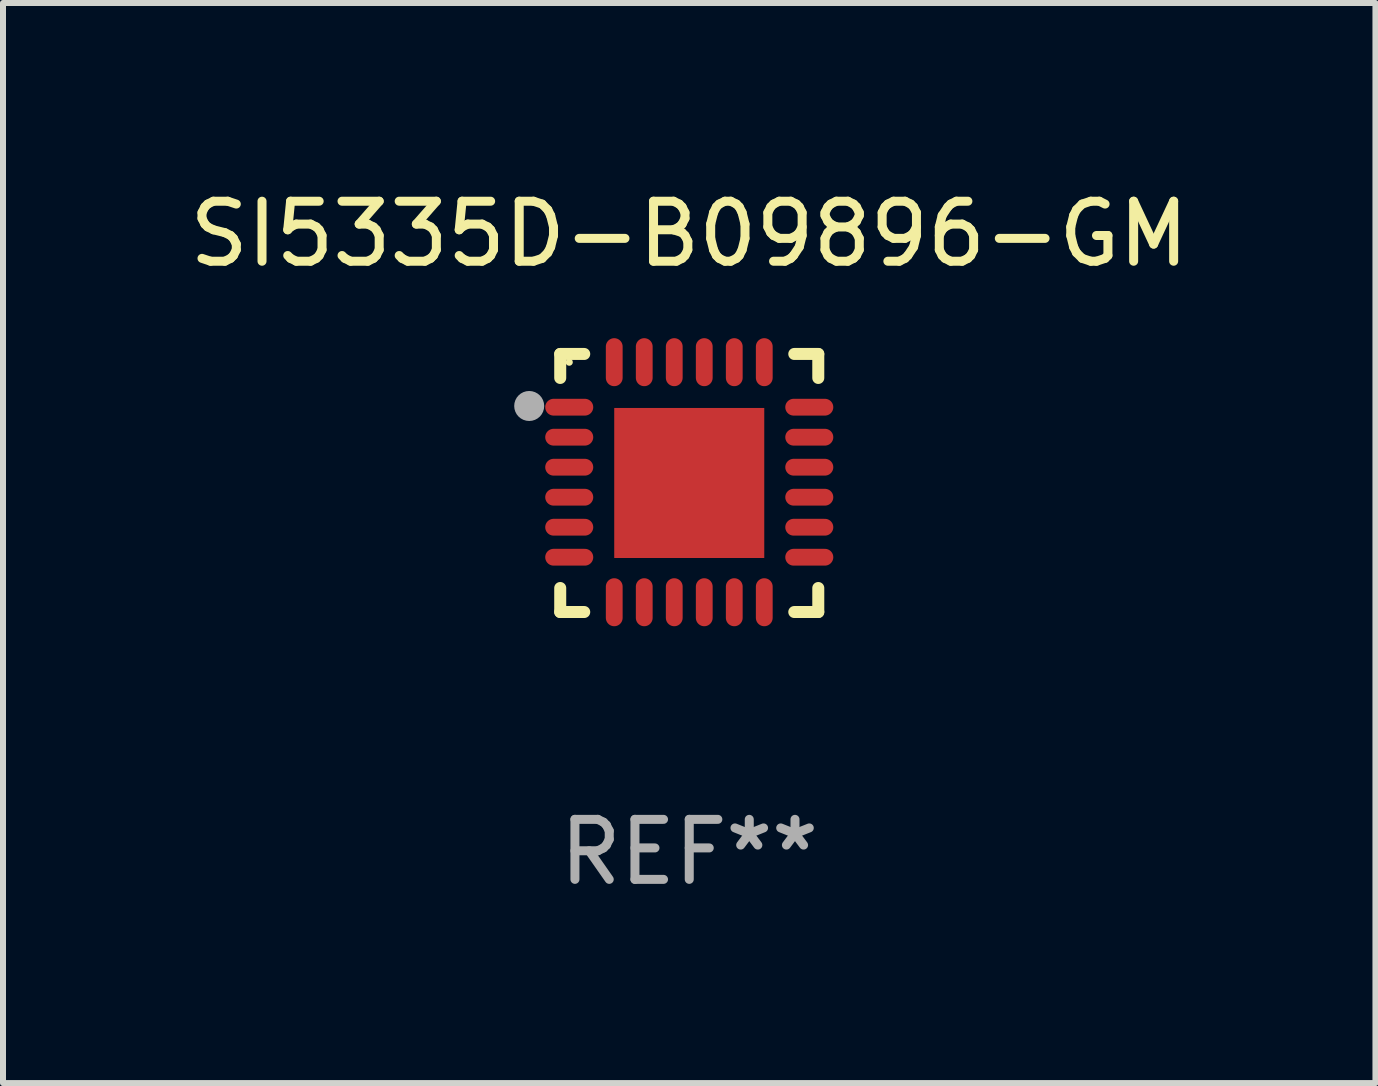
<source format=kicad_pcb>
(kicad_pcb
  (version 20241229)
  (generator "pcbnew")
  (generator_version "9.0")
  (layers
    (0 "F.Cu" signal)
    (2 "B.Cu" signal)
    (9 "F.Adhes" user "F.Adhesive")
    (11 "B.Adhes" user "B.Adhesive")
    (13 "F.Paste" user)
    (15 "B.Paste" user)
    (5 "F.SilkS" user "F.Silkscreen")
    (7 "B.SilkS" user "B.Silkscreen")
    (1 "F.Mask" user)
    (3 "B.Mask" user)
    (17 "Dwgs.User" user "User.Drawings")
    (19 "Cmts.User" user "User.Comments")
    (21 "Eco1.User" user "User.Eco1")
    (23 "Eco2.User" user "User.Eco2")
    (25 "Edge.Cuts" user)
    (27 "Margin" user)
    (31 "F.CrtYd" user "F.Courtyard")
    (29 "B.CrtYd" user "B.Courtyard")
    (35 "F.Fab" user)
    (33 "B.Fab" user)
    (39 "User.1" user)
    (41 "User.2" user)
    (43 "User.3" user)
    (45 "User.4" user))
  (footprint "SI5335D-B09896-GM"
    (layer "F.Cu")
    (at 8.435 4.998)
    (property "Reference" "SI5335D-B09896-GM" (at 0 -4.15 0) (layer "F.SilkS") (effects (font (size 1 1) (thickness 0.15))))
    (attr through_hole)
    (fp_line (start -2.15 -2.15) (end -1.75 -2.15) (stroke (width 0.2) (type solid)) (layer "F.SilkS"))
    (fp_line (start -2.15 -1.75) (end -2.15 -2.15) (stroke (width 0.2) (type solid)) (layer "F.SilkS"))
    (fp_line (start -2.15 2.15) (end -2.15 1.75) (stroke (width 0.2) (type solid)) (layer "F.SilkS"))
    (fp_line (start -1.75 2.15) (end -2.15 2.15) (stroke (width 0.2) (type solid)) (layer "F.SilkS"))
    (fp_line (start 1.75 -2.15) (end 2.15 -2.15) (stroke (width 0.2) (type solid)) (layer "F.SilkS"))
    (fp_line (start 1.75 2.15) (end 2.15 2.15) (stroke (width 0.2) (type solid)) (layer "F.SilkS"))
    (fp_line (start 2.15 -2.15) (end 2.15 -1.75) (stroke (width 0.2) (type solid)) (layer "F.SilkS"))
    (fp_line (start 2.15 2.15) (end 2.15 1.75) (stroke (width 0.2) (type solid)) (layer "F.SilkS"))
    (fp_circle (center -2 -2.013) (end -1.97 -2.013) (stroke (width 0.06) (type solid)) (fill no) (layer "F.SilkS"))
    (fp_circle (center -2.667 -1.283) (end -2.542 -1.283) (stroke (width 0.25) (type solid)) (fill no) (layer "F.Fab"))
    (fp_text user "REF**" (at 0 6.15 0) (layer "F.Fab") (effects (font (size 1 1) (thickness 0.15))))
    (pad "1" smd oval (at -2 -1.263) (size 0.8 0.28) (layers "F.Cu" "F.Mask" "F.Paste"))
    (pad "2" smd oval (at -2 -0.763) (size 0.8 0.28) (layers "F.Cu" "F.Mask" "F.Paste"))
    (pad "3" smd oval (at -2 -0.263) (size 0.8 0.28) (layers "F.Cu" "F.Mask" "F.Paste"))
    (pad "4" smd oval (at -2 0.237) (size 0.8 0.28) (layers "F.Cu" "F.Mask" "F.Paste"))
    (pad "5" smd oval (at -2 0.737) (size 0.8 0.28) (layers "F.Cu" "F.Mask" "F.Paste"))
    (pad "6" smd oval (at -2 1.237) (size 0.8 0.28) (layers "F.Cu" "F.Mask" "F.Paste"))
    (pad "7" smd oval (at -1.25 1.987) (size 0.28 0.8) (layers "F.Cu" "F.Mask" "F.Paste"))
    (pad "8" smd oval (at -0.75 1.987) (size 0.28 0.8) (layers "F.Cu" "F.Mask" "F.Paste"))
    (pad "9" smd oval (at -0.25 1.987) (size 0.28 0.8) (layers "F.Cu" "F.Mask" "F.Paste"))
    (pad "10" smd oval (at 0.25 1.987) (size 0.28 0.8) (layers "F.Cu" "F.Mask" "F.Paste"))
    (pad "11" smd oval (at 0.75 1.987) (size 0.28 0.8) (layers "F.Cu" "F.Mask" "F.Paste"))
    (pad "12" smd oval (at 1.25 1.987) (size 0.28 0.8) (layers "F.Cu" "F.Mask" "F.Paste"))
    (pad "13" smd oval (at 2 1.237) (size 0.8 0.28) (layers "F.Cu" "F.Mask" "F.Paste"))
    (pad "14" smd oval (at 2 0.737) (size 0.8 0.28) (layers "F.Cu" "F.Mask" "F.Paste"))
    (pad "15" smd oval (at 2 0.237) (size 0.8 0.28) (layers "F.Cu" "F.Mask" "F.Paste"))
    (pad "16" smd oval (at 2 -0.263) (size 0.8 0.28) (layers "F.Cu" "F.Mask" "F.Paste"))
    (pad "17" smd oval (at 2 -0.763) (size 0.8 0.28) (layers "F.Cu" "F.Mask" "F.Paste"))
    (pad "18" smd oval (at 2 -1.263) (size 0.8 0.28) (layers "F.Cu" "F.Mask" "F.Paste"))
    (pad "19" smd oval (at 1.25 -2.013) (size 0.28 0.8) (layers "F.Cu" "F.Mask" "F.Paste"))
    (pad "20" smd oval (at 0.75 -2.013) (size 0.28 0.8) (layers "F.Cu" "F.Mask" "F.Paste"))
    (pad "21" smd oval (at 0.25 -2.013) (size 0.28 0.8) (layers "F.Cu" "F.Mask" "F.Paste"))
    (pad "22" smd oval (at -0.25 -2.013) (size 0.28 0.8) (layers "F.Cu" "F.Mask" "F.Paste"))
    (pad "23" smd oval (at -0.75 -2.013) (size 0.28 0.8) (layers "F.Cu" "F.Mask" "F.Paste"))
    (pad "24" smd oval (at -1.25 -2.013) (size 0.28 0.8) (layers "F.Cu" "F.Mask" "F.Paste"))
    (pad "25" smd rect (at -0.000127 -0.00014) (size 2.5 2.5) (layers "F.Cu" "F.Mask" "F.Paste")))
  (gr_rect
    (start -3 -3)
    (end 19.869 14.997)
    (stroke (width 0.1) (type default))
    (fill no)
    (layer "Edge.Cuts")))
</source>
